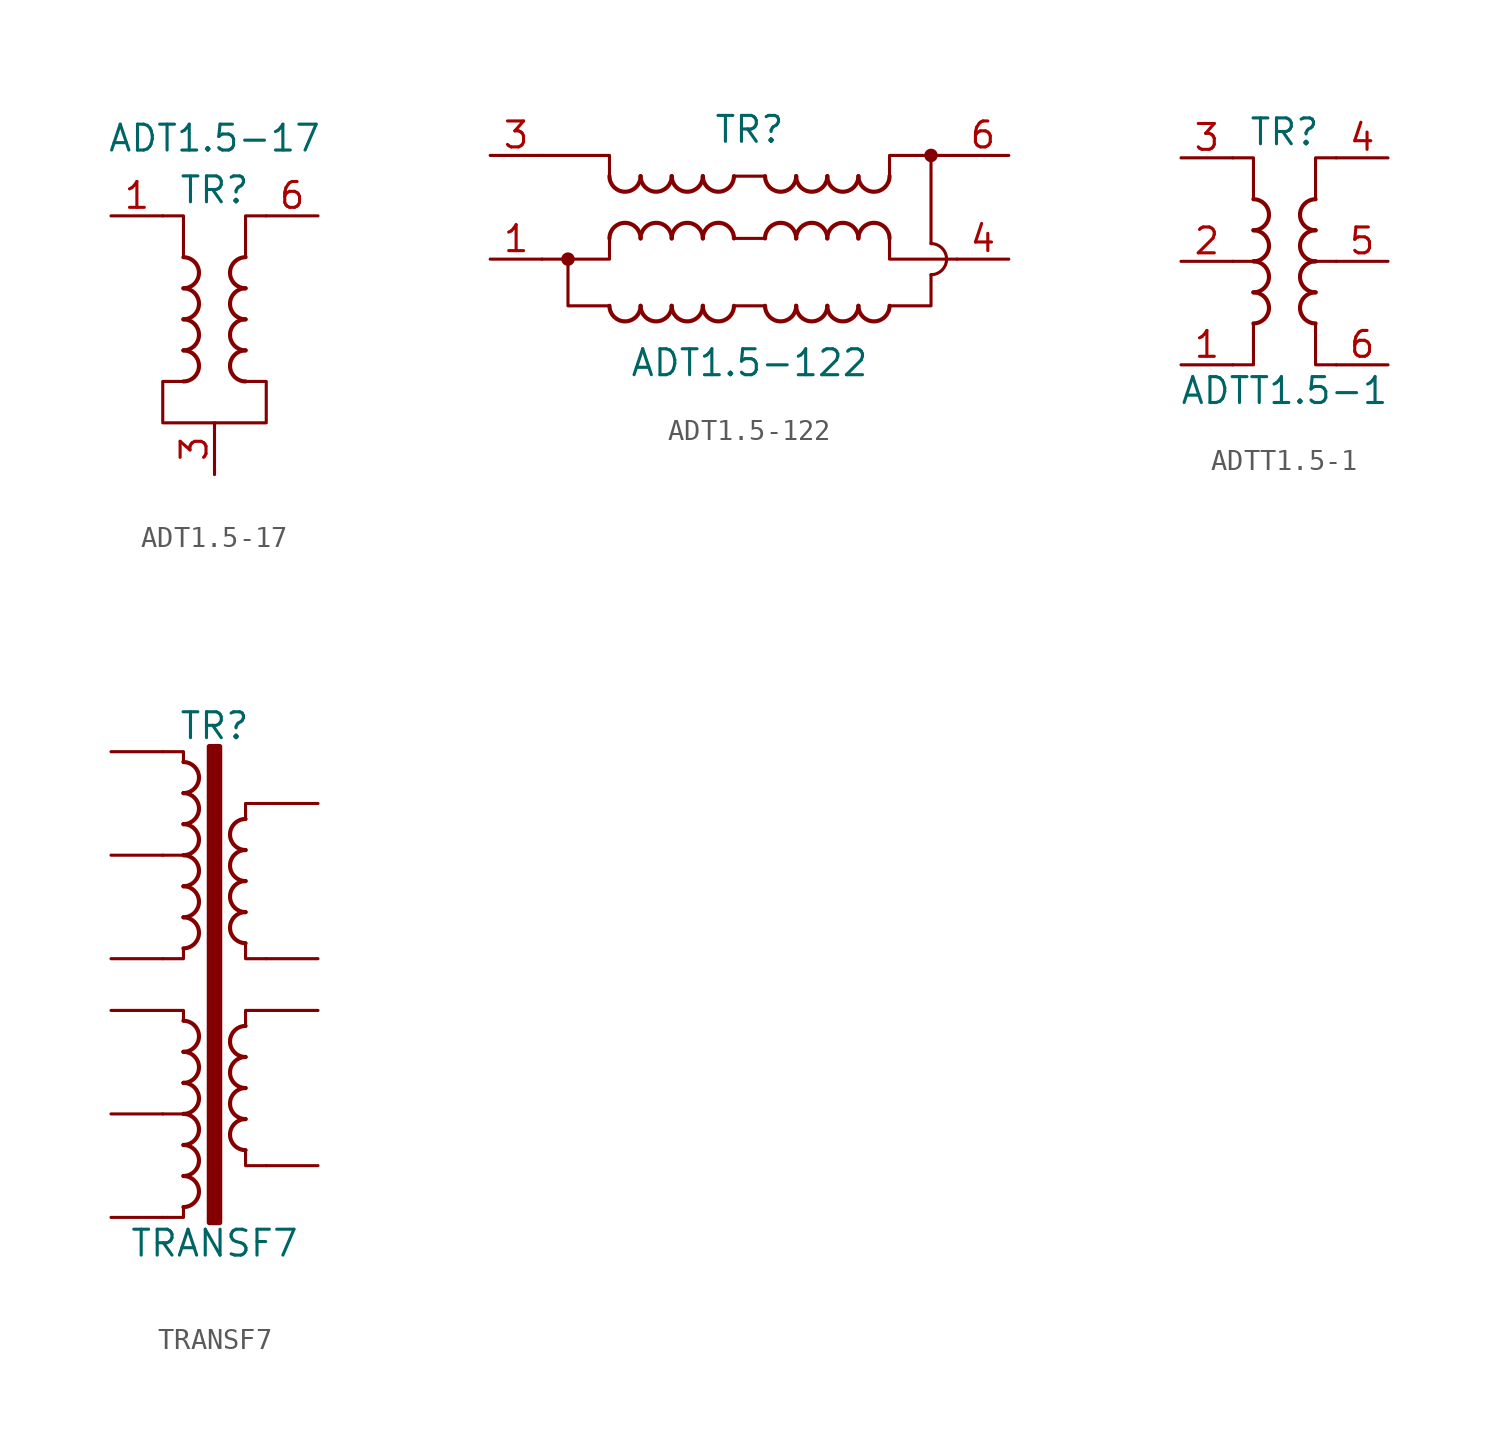
<source format=kicad_sym>
(kicad_symbol_lib
  (version 20201005)
  (generator kicad_symbol_editor)
  (symbol "ADT1.5-17"
    (pin_names hide)
    (property "Reference" "TR"
      (at 0 6.35 0)
      (effects (font (size 1.27 1.27))))
    (property "Value" "ADT1.5-17"
      (at 0 8.89 0)
      (effects (font (size 1.27 1.27))))
    (symbol "ADT1.5-17_0_1"
      (arc (start -1.524 -3.048) (end -1.524 -1.524) (radius (at -1.524 -2.286) (length 0.762) (angles -89.9 89.9)) (stroke (width 0.2032)) (fill (type none)))
      (arc (start -1.524 -1.524) (end -1.524 0) (radius (at -1.524 -0.762) (length 0.762) (angles -89.9 89.9)) (stroke (width 0.2032)) (fill (type none)))
      (arc (start -1.524 0) (end -1.524 1.524) (radius (at -1.524 0.762) (length 0.762) (angles -89.9 89.9)) (stroke (width 0.2032)) (fill (type none)))
      (arc (start -1.524 1.524) (end -1.524 3.048) (radius (at -1.524 2.286) (length 0.762) (angles -89.9 89.9)) (stroke (width 0.2032)) (fill (type none)))
      (arc (start 1.524 -1.524) (end 1.524 -3.048) (radius (at 1.524 -2.286) (length 0.762) (angles 90.1 -90.1)) (stroke (width 0.2032)) (fill (type none)))
      (arc (start 1.524 0) (end 1.524 -1.524) (radius (at 1.524 -0.762) (length 0.762) (angles 90.1 -90.1)) (stroke (width 0.2032)) (fill (type none)))
      (arc (start 1.524 1.524) (end 1.524 0) (radius (at 1.524 0.762) (length 0.762) (angles 90.1 -90.1)) (stroke (width 0.2032)) (fill (type none)))
      (arc (start 1.524 3.048) (end 1.524 1.524) (radius (at 1.524 2.286) (length 0.762) (angles 90.1 -90.1)) (stroke (width 0.2032)) (fill (type none)))
      (polyline (pts (xy -2.54 5.08) (xy -1.524 5.08) (xy -1.524 3.048)) (stroke (width 0.152)) (fill (type none)))
      (polyline (pts (xy 1.524 3.048) (xy 1.524 5.08) (xy 2.54 5.08)) (stroke (width 0.152)) (fill (type none)))
      (polyline (pts (xy -1.524 -3.048) (xy -2.54 -3.048) (xy -2.54 -5.08) (xy 2.54 -5.08) (xy 2.54 -3.048) (xy 1.524 -3.048)) (stroke (width 0)) (fill (type none))))
    (symbol "ADT1.5-17_1_1"
      (pin passive line (at -5.08 5.08 0) (length 2.54) (name "~" (effects (font (size 1.27 1.27)))) (number "1" (effects (font (size 1.27 1.27)))))
      (pin passive line (at 0 -7.62 90) (length 2.54) (name "~" (effects (font (size 1.27 1.27)))) (number "3" (effects (font (size 1.27 1.27)))))
      (pin passive line (at 5.08 5.08 180) (length 2.54) (name "~" (effects (font (size 1.27 1.27)))) (number "6" (effects (font (size 1.27 1.27)))))))
  (symbol "ADT1.5-122"
    (pin_names hide)
    (property "Reference" "TR"
      (at 0 3.81 0)
      (effects (font (size 1.27 1.27))))
    (property "Value" "ADT1.5-122"
      (at 0 -7.62 0)
      (effects (font (size 1.27 1.27))))
    (symbol "ADT1.5-122_0_1"
      (arc (start -6.858 -4.826) (end -5.334 -4.826) (radius (at -6.096 -4.826) (length 0.762) (angles -179.9 -0.1)) (stroke (width 0.2032)) (fill (type none)))
      (arc (start -5.334 -1.524) (end -6.858 -1.524) (radius (at -6.096 -1.524) (length 0.762) (angles 0.1 179.9)) (stroke (width 0.2032)) (fill (type none)))
      (arc (start -6.858 1.524) (end -5.334 1.524) (radius (at -6.096 1.524) (length 0.762) (angles -179.9 -0.1)) (stroke (width 0.2032)) (fill (type none)))
      (arc (start -5.334 -4.826) (end -3.81 -4.826) (radius (at -4.572 -4.826) (length 0.762) (angles -179.9 -0.1)) (stroke (width 0.2032)) (fill (type none)))
      (arc (start -3.81 -1.524) (end -5.334 -1.524) (radius (at -4.572 -1.524) (length 0.762) (angles 0.1 179.9)) (stroke (width 0.2032)) (fill (type none)))
      (arc (start -5.334 1.524) (end -3.81 1.524) (radius (at -4.572 1.524) (length 0.762) (angles -179.9 -0.1)) (stroke (width 0.2032)) (fill (type none)))
      (arc (start -3.81 -4.826) (end -2.286 -4.826) (radius (at -3.048 -4.826) (length 0.762) (angles -179.9 -0.1)) (stroke (width 0.2032)) (fill (type none)))
      (arc (start -2.286 -1.524) (end -3.81 -1.524) (radius (at -3.048 -1.524) (length 0.762) (angles 0.1 179.9)) (stroke (width 0.2032)) (fill (type none)))
      (arc (start -3.81 1.524) (end -2.286 1.524) (radius (at -3.048 1.524) (length 0.762) (angles -179.9 -0.1)) (stroke (width 0.2032)) (fill (type none)))
      (arc (start -2.286 -4.826) (end -0.762 -4.826) (radius (at -1.524 -4.826) (length 0.762) (angles -179.9 -0.1)) (stroke (width 0.2032)) (fill (type none)))
      (arc (start -0.762 -1.524) (end -2.286 -1.524) (radius (at -1.524 -1.524) (length 0.762) (angles 0.1 179.9)) (stroke (width 0.2032)) (fill (type none)))
      (arc (start -2.286 1.524) (end -0.762 1.524) (radius (at -1.524 1.524) (length 0.762) (angles -179.9 -0.1)) (stroke (width 0.2032)) (fill (type none)))
      (arc (start 0.762 -4.826) (end 2.286 -4.826) (radius (at 1.524 -4.826) (length 0.762) (angles -179.9 -0.1)) (stroke (width 0.2032)) (fill (type none)))
      (arc (start 2.286 -1.524) (end 0.762 -1.524) (radius (at 1.524 -1.524) (length 0.762) (angles 0.1 179.9)) (stroke (width 0.2032)) (fill (type none)))
      (arc (start 0.762 1.524) (end 2.286 1.524) (radius (at 1.524 1.524) (length 0.762) (angles -179.9 -0.1)) (stroke (width 0.2032)) (fill (type none)))
      (arc (start 2.286 -4.826) (end 3.81 -4.826) (radius (at 3.048 -4.826) (length 0.762) (angles -179.9 -0.1)) (stroke (width 0.2032)) (fill (type none)))
      (arc (start 3.81 -1.524) (end 2.286 -1.524) (radius (at 3.048 -1.524) (length 0.762) (angles 0.1 179.9)) (stroke (width 0.2032)) (fill (type none)))
      (arc (start 2.286 1.524) (end 3.81 1.524) (radius (at 3.048 1.524) (length 0.762) (angles -179.9 -0.1)) (stroke (width 0.2032)) (fill (type none)))
      (arc (start 3.81 -4.826) (end 5.334 -4.826) (radius (at 4.572 -4.826) (length 0.762) (angles -179.9 -0.1)) (stroke (width 0.2032)) (fill (type none)))
      (arc (start 5.334 -1.524) (end 3.81 -1.524) (radius (at 4.572 -1.524) (length 0.762) (angles 0.1 179.9)) (stroke (width 0.2032)) (fill (type none)))
      (arc (start 3.81 1.524) (end 5.334 1.524) (radius (at 4.572 1.524) (length 0.762) (angles -179.9 -0.1)) (stroke (width 0.2032)) (fill (type none)))
      (arc (start 5.334 -4.826) (end 6.858 -4.826) (radius (at 6.096 -4.826) (length 0.762) (angles -179.9 -0.1)) (stroke (width 0.2032)) (fill (type none)))
      (arc (start 6.858 -1.524) (end 5.334 -1.524) (radius (at 6.096 -1.524) (length 0.762) (angles 0.1 179.9)) (stroke (width 0.2032)) (fill (type none)))
      (arc (start 5.334 1.524) (end 6.858 1.524) (radius (at 6.096 1.524) (length 0.762) (angles -179.9 -0.1)) (stroke (width 0.2032)) (fill (type none)))
      (arc (start 8.89 -3.302) (end 8.89 -1.778) (radius (at 8.89 -2.54) (length 0.762) (angles -89.9 89.9)) (stroke (width 0)) (fill (type none)))
      (circle (center -8.89 -2.54) (radius 0.254) (stroke (width 0)) (fill (type outline)))
      (circle (center 8.89 2.54) (radius 0.254) (stroke (width 0)) (fill (type outline)))
      (polyline (pts (xy -0.762 -1.524) (xy 0.762 -1.524)) (stroke (width 0)) (fill (type none)))
      (polyline (pts (xy -0.762 1.524) (xy 0.762 1.524)) (stroke (width 0)) (fill (type none)))
      (polyline (pts (xy 0.762 -4.826) (xy -0.762 -4.826)) (stroke (width 0)) (fill (type none)))
      (polyline (pts (xy 8.89 -1.778) (xy 8.89 2.54)) (stroke (width 0)) (fill (type none)))
      (polyline (pts (xy -6.858 -4.826) (xy -8.89 -4.826) (xy -8.89 -2.54)) (stroke (width 0)) (fill (type none)))
      (polyline (pts (xy -6.858 -1.524) (xy -6.858 -2.54) (xy -10.16 -2.54)) (stroke (width 0)) (fill (type none)))
      (polyline (pts (xy -6.858 1.524) (xy -6.858 2.54) (xy -10.16 2.54)) (stroke (width 0)) (fill (type none)))
      (polyline (pts (xy 6.858 -4.826) (xy 8.89 -4.826) (xy 8.89 -3.302)) (stroke (width 0)) (fill (type none)))
      (polyline (pts (xy 6.858 -1.524) (xy 6.858 -2.54) (xy 10.16 -2.54)) (stroke (width 0)) (fill (type none)))
      (polyline (pts (xy 6.858 1.524) (xy 6.858 2.54) (xy 10.16 2.54)) (stroke (width 0)) (fill (type none))))
    (symbol "ADT1.5-122_1_1"
      (pin passive line (at -12.7 -2.54 0) (length 2.54) (name "~" (effects (font (size 1.27 1.27)))) (number "1" (effects (font (size 1.27 1.27)))))
      (pin passive line (at -12.7 -2.54 0) (length 2.54) hide (name "~" (effects (font (size 1.27 1.27)))) (number "2" (effects (font (size 1.27 1.27)))))
      (pin passive line (at -12.7 2.54 0) (length 2.54) (name "~" (effects (font (size 1.27 1.27)))) (number "3" (effects (font (size 1.27 1.27)))))
      (pin passive line (at 12.7 -2.54 180) (length 2.54) (name "~" (effects (font (size 1.27 1.27)))) (number "4" (effects (font (size 1.27 1.27)))))
      (pin passive line (at 12.7 2.54 180) (length 2.54) (name "~" (effects (font (size 1.27 1.27)))) (number "6" (effects (font (size 1.27 1.27)))))))
  (symbol "ADTT1.5-1"
    (pin_names hide)
    (property "Reference" "TR"
      (at 0 6.35 0)
      (effects (font (size 1.27 1.27))))
    (property "Value" "ADTT1.5-1"
      (at 0 -6.35 0)
      (effects (font (size 1.27 1.27))))
    (symbol "ADTT1.5-1_0_1"
      (arc (start -1.524 -3.048) (end -1.524 -1.524) (radius (at -1.524 -2.286) (length 0.762) (angles -89.9 89.9)) (stroke (width 0.2032)) (fill (type none)))
      (arc (start -1.524 -1.524) (end -1.524 0) (radius (at -1.524 -0.762) (length 0.762) (angles -89.9 89.9)) (stroke (width 0.2032)) (fill (type none)))
      (arc (start -1.524 0) (end -1.524 1.524) (radius (at -1.524 0.762) (length 0.762) (angles -89.9 89.9)) (stroke (width 0.2032)) (fill (type none)))
      (arc (start -1.524 1.524) (end -1.524 3.048) (radius (at -1.524 2.286) (length 0.762) (angles -89.9 89.9)) (stroke (width 0.2032)) (fill (type none)))
      (arc (start 1.524 -1.524) (end 1.524 -3.048) (radius (at 1.524 -2.286) (length 0.762) (angles 90.1 -90.1)) (stroke (width 0.2032)) (fill (type none)))
      (arc (start 1.524 0) (end 1.524 -1.524) (radius (at 1.524 -0.762) (length 0.762) (angles 90.1 -90.1)) (stroke (width 0.2032)) (fill (type none)))
      (arc (start 1.524 1.524) (end 1.524 0) (radius (at 1.524 0.762) (length 0.762) (angles 90.1 -90.1)) (stroke (width 0.2032)) (fill (type none)))
      (arc (start 1.524 3.048) (end 1.524 1.524) (radius (at 1.524 2.286) (length 0.762) (angles 90.1 -90.1)) (stroke (width 0.2032)) (fill (type none)))
      (polyline (pts (xy -2.54 0) (xy -1.27 0)) (stroke (width 0)) (fill (type none)))
      (polyline (pts (xy 2.54 0) (xy 1.27 0)) (stroke (width 0.152)) (fill (type none)))
      (polyline (pts (xy -2.54 5.08) (xy -1.524 5.08) (xy -1.524 3.048)) (stroke (width 0.152)) (fill (type none)))
      (polyline (pts (xy -1.524 -3.048) (xy -1.524 -5.08) (xy -2.54 -5.08)) (stroke (width 0.152)) (fill (type none)))
      (polyline (pts (xy 1.524 3.048) (xy 1.524 5.08) (xy 2.54 5.08)) (stroke (width 0.152)) (fill (type none)))
      (polyline (pts (xy 2.54 -5.08) (xy 1.524 -5.08) (xy 1.524 -3.048)) (stroke (width 0.152)) (fill (type none))))
    (symbol "ADTT1.5-1_1_1"
      (pin passive line (at -5.08 -5.08 0) (length 2.54) (name "~" (effects (font (size 1.27 1.27)))) (number "1" (effects (font (size 1.27 1.27)))))
      (pin passive line (at -5.08 0 0) (length 2.54) (name "~" (effects (font (size 1.27 1.27)))) (number "2" (effects (font (size 1.27 1.27)))))
      (pin passive line (at -5.08 5.08 0) (length 2.54) (name "~" (effects (font (size 1.27 1.27)))) (number "3" (effects (font (size 1.27 1.27)))))
      (pin passive line (at 5.08 5.08 180) (length 2.54) (name "~" (effects (font (size 1.27 1.27)))) (number "4" (effects (font (size 1.27 1.27)))))
      (pin passive line (at 5.08 0 180) (length 2.54) (name "~" (effects (font (size 1.27 1.27)))) (number "5" (effects (font (size 1.27 1.27)))))
      (pin passive line (at 5.08 -5.08 180) (length 2.54) (name "~" (effects (font (size 1.27 1.27)))) (number "6" (effects (font (size 1.27 1.27)))))))
  (symbol "TRANSF7"
    (pin_numbers hide)
    (pin_names
      (offset 0))
    (property "Reference" "TR"
      (at 0 13.97 0)
      (effects (font (size 1.27 1.27))))
    (property "Value" "TRANSF7"
      (at 0 -11.43 0)
      (effects (font (size 1.27 1.27))))
    (symbol "TRANSF7_0_1"
      (arc (start -1.524 -9.652) (end -1.524 -8.128) (radius (at -1.524 -8.89) (length 0.762) (angles -89.9 89.9)) (stroke (width 0.2032)) (fill (type none)))
      (arc (start -1.524 -8.128) (end -1.524 -6.604) (radius (at -1.524 -7.366) (length 0.762) (angles -89.9 89.9)) (stroke (width 0.2032)) (fill (type none)))
      (arc (start -1.524 -6.604) (end -1.524 -5.08) (radius (at -1.524 -5.842) (length 0.762) (angles -89.9 89.9)) (stroke (width 0.2032)) (fill (type none)))
      (arc (start -1.524 -5.08) (end -1.524 -3.556) (radius (at -1.524 -4.318) (length 0.762) (angles -89.9 89.9)) (stroke (width 0.2032)) (fill (type none)))
      (arc (start -1.524 -3.556) (end -1.524 -2.032) (radius (at -1.524 -2.794) (length 0.762) (angles -89.9 89.9)) (stroke (width 0.2032)) (fill (type none)))
      (arc (start -1.524 -2.032) (end -1.524 -0.508) (radius (at -1.524 -1.27) (length 0.762) (angles -89.9 89.9)) (stroke (width 0.2032)) (fill (type none)))
      (arc (start -1.524 3.048) (end -1.524 4.572) (radius (at -1.524 3.81) (length 0.762) (angles -89.9 89.9)) (stroke (width 0.2032)) (fill (type none)))
      (arc (start -1.524 4.572) (end -1.524 6.096) (radius (at -1.524 5.334) (length 0.762) (angles -89.9 89.9)) (stroke (width 0.2032)) (fill (type none)))
      (arc (start -1.524 6.096) (end -1.524 7.62) (radius (at -1.524 6.858) (length 0.762) (angles -89.9 89.9)) (stroke (width 0.2032)) (fill (type none)))
      (arc (start -1.524 7.62) (end -1.524 9.144) (radius (at -1.524 8.382) (length 0.762) (angles -89.9 89.9)) (stroke (width 0.2032)) (fill (type none)))
      (arc (start -1.524 9.144) (end -1.524 10.668) (radius (at -1.524 9.906) (length 0.762) (angles -89.9 89.9)) (stroke (width 0.2032)) (fill (type none)))
      (arc (start -1.524 10.668) (end -1.524 12.192) (radius (at -1.524 11.43) (length 0.762) (angles -89.9 89.9)) (stroke (width 0.2032)) (fill (type none)))
      (arc (start 1.524 -5.334) (end 1.524 -6.858) (radius (at 1.524 -6.096) (length 0.762) (angles 90.1 -90.1)) (stroke (width 0.2032)) (fill (type none)))
      (arc (start 1.524 -3.81) (end 1.524 -5.334) (radius (at 1.524 -4.572) (length 0.762) (angles 90.1 -90.1)) (stroke (width 0.2032)) (fill (type none)))
      (arc (start 1.524 -2.286) (end 1.524 -3.81) (radius (at 1.524 -3.048) (length 0.762) (angles 90.1 -90.1)) (stroke (width 0.2032)) (fill (type none)))
      (arc (start 1.524 -0.762) (end 1.524 -2.286) (radius (at 1.524 -1.524) (length 0.762) (angles 90.1 -90.1)) (stroke (width 0.2032)) (fill (type none)))
      (arc (start 1.524 4.826) (end 1.524 3.302) (radius (at 1.524 4.064) (length 0.762) (angles 90.1 -90.1)) (stroke (width 0.2032)) (fill (type none)))
      (arc (start 1.524 6.35) (end 1.524 4.826) (radius (at 1.524 5.588) (length 0.762) (angles 90.1 -90.1)) (stroke (width 0.2032)) (fill (type none)))
      (arc (start 1.524 7.874) (end 1.524 6.35) (radius (at 1.524 7.112) (length 0.762) (angles 90.1 -90.1)) (stroke (width 0.2032)) (fill (type none)))
      (arc (start 1.524 9.398) (end 1.524 7.874) (radius (at 1.524 8.636) (length 0.762) (angles 90.1 -90.1)) (stroke (width 0.2032)) (fill (type none)))
      (rectangle (start -0.254 12.954) (end 0.254 -10.414) (stroke (width 0.254)) (fill (type outline)))
      (polyline (pts (xy -1.524 -9.652) (xy -1.524 -10.16) (xy -2.54 -10.16) (xy -2.54 -10.16)) (stroke (width 0)) (fill (type none)))
      (polyline (pts (xy -1.524 -0.508) (xy -1.524 0) (xy -2.54 0) (xy -2.54 0)) (stroke (width 0)) (fill (type none)))
      (polyline (pts (xy -1.524 3.048) (xy -1.524 2.54) (xy -2.54 2.54) (xy -2.54 2.54)) (stroke (width 0)) (fill (type none)))
      (polyline (pts (xy -1.524 12.192) (xy -1.524 12.7) (xy -2.54 12.7) (xy -2.54 12.7)) (stroke (width 0)) (fill (type none)))
      (polyline (pts (xy 1.524 -0.762) (xy 1.524 0) (xy 2.54 0) (xy 2.54 0)) (stroke (width 0)) (fill (type none)))
      (polyline (pts (xy 1.524 9.398) (xy 1.524 10.16) (xy 2.54 10.16) (xy 2.54 10.16)) (stroke (width 0)) (fill (type none)))
      (polyline (pts (xy 1.524 -6.858) (xy 1.524 -7.62) (xy 2.54 -7.62) (xy 2.54 -7.62) (xy 2.54 -7.62) (xy 2.54 -7.62)) (stroke (width 0)) (fill (type none)))
      (polyline (pts (xy 1.524 3.302) (xy 1.524 2.54) (xy 2.54 2.54) (xy 2.54 2.54) (xy 2.54 2.54) (xy 2.54 2.54)) (stroke (width 0)) (fill (type none)))
      (polyline (pts (xy -1.524 -5.08) (xy -2.54 -5.08) (xy -2.54 -5.08)) (stroke (width 0)) (fill (type outline)))
      (polyline (pts (xy -1.524 7.62) (xy -2.54 7.62) (xy -2.54 7.62)) (stroke (width 0)) (fill (type outline))))
    (symbol "TRANSF7_1_1"
      (pin passive line (at 5.08 10.16 180) (length 2.54) (name "~" (effects (font (size 1.27 1.27)))) (number "1" (effects (font (size 1.27 1.27)))))
      (pin passive line (at -5.08 12.7 0) (length 2.54) (name "~" (effects (font (size 1.27 1.27)))) (number "10" (effects (font (size 1.27 1.27)))))
      (pin passive line (at 5.08 2.54 180) (length 2.54) (name "~" (effects (font (size 1.27 1.27)))) (number "2" (effects (font (size 1.27 1.27)))))
      (pin passive line (at 5.08 0 180) (length 2.54) (name "~" (effects (font (size 1.27 1.27)))) (number "3" (effects (font (size 1.27 1.27)))))
      (pin passive line (at 5.08 -7.62 180) (length 2.54) (name "~" (effects (font (size 1.27 1.27)))) (number "4" (effects (font (size 1.27 1.27)))))
      (pin passive line (at -5.08 -10.16 0) (length 2.54) (name "~" (effects (font (size 1.27 1.27)))) (number "5" (effects (font (size 1.27 1.27)))))
      (pin passive line (at -5.08 -5.08 0) (length 2.54) (name "~" (effects (font (size 1.27 1.27)))) (number "6" (effects (font (size 1.27 1.27)))))
      (pin passive line (at -5.08 0 0) (length 2.54) (name "~" (effects (font (size 1.27 1.27)))) (number "7" (effects (font (size 1.27 1.27)))))
      (pin passive line (at -5.08 2.54 0) (length 2.54) (name "~" (effects (font (size 1.27 1.27)))) (number "8" (effects (font (size 1.27 1.27)))))
      (pin passive line (at -5.08 7.62 0) (length 2.54) (name "~" (effects (font (size 1.27 1.27)))) (number "9" (effects (font (size 1.27 1.27))))))))
</source>
